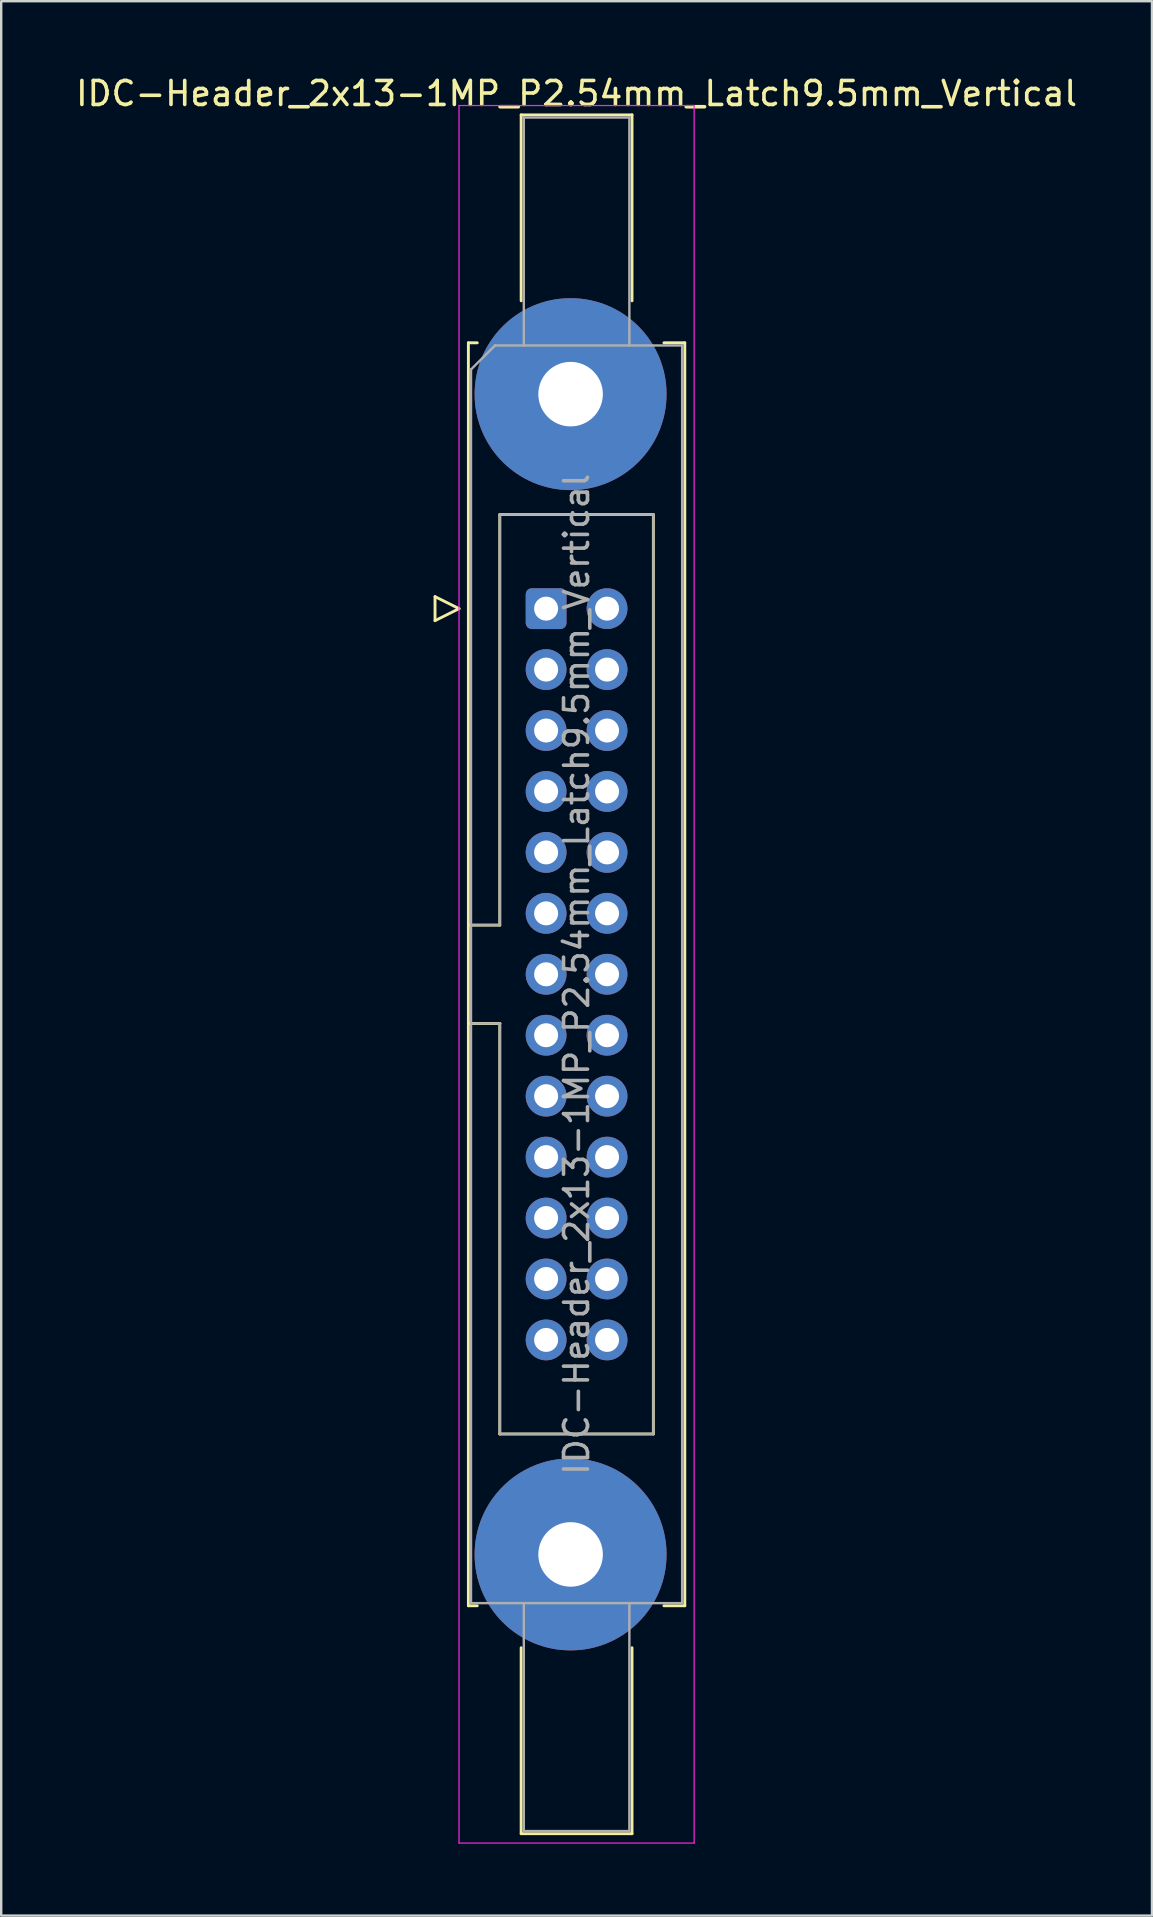
<source format=kicad_pcb>
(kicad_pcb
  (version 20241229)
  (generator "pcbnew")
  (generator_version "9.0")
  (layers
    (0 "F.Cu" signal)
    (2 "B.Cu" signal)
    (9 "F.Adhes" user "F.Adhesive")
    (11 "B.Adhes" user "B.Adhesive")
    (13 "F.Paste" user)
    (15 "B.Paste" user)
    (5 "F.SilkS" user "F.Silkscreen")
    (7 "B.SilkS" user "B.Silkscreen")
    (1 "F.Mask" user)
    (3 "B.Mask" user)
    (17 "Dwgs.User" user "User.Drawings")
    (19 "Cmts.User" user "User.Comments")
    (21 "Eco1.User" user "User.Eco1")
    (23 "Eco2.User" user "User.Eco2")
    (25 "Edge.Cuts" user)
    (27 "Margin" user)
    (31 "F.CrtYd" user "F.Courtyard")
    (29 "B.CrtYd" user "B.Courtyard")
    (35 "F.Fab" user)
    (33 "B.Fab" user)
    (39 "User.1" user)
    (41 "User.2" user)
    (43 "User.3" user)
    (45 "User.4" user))
  (footprint "IDC-Header_2x13-1MP_P2.54mm_Latch9.5mm_Vertical"
    (layer "F.Cu")
    (at 19.712 22.318)
    (property "Reference" "IDC-Header_2x13-1MP_P2.54mm_Latch9.5mm_Vertical" (at 1.27 -21.47 0) (layer "F.SilkS") (effects (font (size 1 1) (thickness 0.15))))
    (attr through_hole)
    (fp_line (start -4.63 -0.5) (end -4.63 0.5) (stroke (width 0.12) (type solid)) (layer "F.SilkS"))
    (fp_line (start -4.63 0.5) (end -3.63 0) (stroke (width 0.12) (type solid)) (layer "F.SilkS"))
    (fp_line (start -3.63 0) (end -4.63 -0.5) (stroke (width 0.12) (type solid)) (layer "F.SilkS"))
    (fp_line (start -3.24 -11.08) (end -3.24 41.56) (stroke (width 0.12) (type solid)) (layer "F.SilkS"))
    (fp_line (start -3.24 13.19) (end -1.93 13.19) (stroke (width 0.12) (type solid)) (layer "F.SilkS"))
    (fp_line (start -3.24 41.56) (end -2.87 41.56) (stroke (width 0.12) (type solid)) (layer "F.SilkS"))
    (fp_line (start -2.87 -11.08) (end -3.24 -11.08) (stroke (width 0.12) (type solid)) (layer "F.SilkS"))
    (fp_line (start -1.93 -3.92) (end 4.47 -3.92) (stroke (width 0.12) (type solid)) (layer "F.SilkS"))
    (fp_line (start -1.93 13.19) (end -1.93 -3.92) (stroke (width 0.12) (type solid)) (layer "F.SilkS"))
    (fp_line (start -1.93 17.29) (end -3.24 17.29) (stroke (width 0.12) (type solid)) (layer "F.SilkS"))
    (fp_line (start -1.93 17.29) (end -1.93 17.29) (stroke (width 0.12) (type solid)) (layer "F.SilkS"))
    (fp_line (start -1.93 34.4) (end -1.93 17.29) (stroke (width 0.12) (type solid)) (layer "F.SilkS"))
    (fp_line (start -1.04 -20.58) (end 3.58 -20.58) (stroke (width 0.12) (type solid)) (layer "F.SilkS"))
    (fp_line (start -1.04 -12.83) (end -1.04 -20.58) (stroke (width 0.12) (type solid)) (layer "F.SilkS"))
    (fp_line (start -1.04 43.31) (end -1.04 51.06) (stroke (width 0.12) (type solid)) (layer "F.SilkS"))
    (fp_line (start -1.04 51.06) (end 3.58 51.06) (stroke (width 0.12) (type solid)) (layer "F.SilkS"))
    (fp_line (start 3.58 -20.58) (end 3.58 -12.83) (stroke (width 0.12) (type solid)) (layer "F.SilkS"))
    (fp_line (start 3.58 51.06) (end 3.58 43.31) (stroke (width 0.12) (type solid)) (layer "F.SilkS"))
    (fp_line (start 4.47 -3.92) (end 4.47 34.4) (stroke (width 0.12) (type solid)) (layer "F.SilkS"))
    (fp_line (start 4.47 34.4) (end -1.93 34.4) (stroke (width 0.12) (type solid)) (layer "F.SilkS"))
    (fp_line (start 4.91 -11.08) (end 5.78 -11.08) (stroke (width 0.12) (type solid)) (layer "F.SilkS"))
    (fp_line (start 5.78 -11.08) (end 5.78 41.56) (stroke (width 0.12) (type solid)) (layer "F.SilkS"))
    (fp_line (start 5.78 41.56) (end 4.91 41.56) (stroke (width 0.12) (type solid)) (layer "F.SilkS"))
    (fp_line (start -3.63 -20.97) (end -3.63 51.45) (stroke (width 0.05) (type solid)) (layer "F.CrtYd"))
    (fp_line (start -3.63 51.45) (end 6.17 51.45) (stroke (width 0.05) (type solid)) (layer "F.CrtYd"))
    (fp_line (start 6.17 -20.97) (end -3.63 -20.97) (stroke (width 0.05) (type solid)) (layer "F.CrtYd"))
    (fp_line (start 6.17 51.45) (end 6.17 -20.97) (stroke (width 0.05) (type solid)) (layer "F.CrtYd"))
    (fp_line (start -3.13 -9.97) (end -2.13 -10.97) (stroke (width 0.1) (type solid)) (layer "F.Fab"))
    (fp_line (start -3.13 13.19) (end -1.93 13.19) (stroke (width 0.1) (type solid)) (layer "F.Fab"))
    (fp_line (start -3.13 41.45) (end -3.13 -9.97) (stroke (width 0.1) (type solid)) (layer "F.Fab"))
    (fp_line (start -2.13 -10.97) (end 5.67 -10.97) (stroke (width 0.1) (type solid)) (layer "F.Fab"))
    (fp_line (start -1.93 -3.92) (end 4.47 -3.92) (stroke (width 0.1) (type solid)) (layer "F.Fab"))
    (fp_line (start -1.93 13.19) (end -1.93 -3.92) (stroke (width 0.1) (type solid)) (layer "F.Fab"))
    (fp_line (start -1.93 17.29) (end -3.13 17.29) (stroke (width 0.1) (type solid)) (layer "F.Fab"))
    (fp_line (start -1.93 17.29) (end -1.93 17.29) (stroke (width 0.1) (type solid)) (layer "F.Fab"))
    (fp_line (start -1.93 34.4) (end -1.93 17.29) (stroke (width 0.1) (type solid)) (layer "F.Fab"))
    (fp_line (start -0.93 -20.47) (end 3.47 -20.47) (stroke (width 0.1) (type solid)) (layer "F.Fab"))
    (fp_line (start -0.93 -10.97) (end -0.93 -20.47) (stroke (width 0.1) (type solid)) (layer "F.Fab"))
    (fp_line (start -0.93 41.45) (end -0.93 50.95) (stroke (width 0.1) (type solid)) (layer "F.Fab"))
    (fp_line (start -0.93 50.95) (end 3.47 50.95) (stroke (width 0.1) (type solid)) (layer "F.Fab"))
    (fp_line (start 3.47 -20.47) (end 3.47 -10.97) (stroke (width 0.1) (type solid)) (layer "F.Fab"))
    (fp_line (start 3.47 50.95) (end 3.47 41.45) (stroke (width 0.1) (type solid)) (layer "F.Fab"))
    (fp_line (start 4.47 -3.92) (end 4.47 34.4) (stroke (width 0.1) (type solid)) (layer "F.Fab"))
    (fp_line (start 4.47 34.4) (end -1.93 34.4) (stroke (width 0.1) (type solid)) (layer "F.Fab"))
    (fp_line (start 5.67 -10.97) (end 5.67 41.45) (stroke (width 0.1) (type solid)) (layer "F.Fab"))
    (fp_line (start 5.67 41.45) (end -3.13 41.45) (stroke (width 0.1) (type solid)) (layer "F.Fab"))
    (fp_text user "${REFERENCE}" (at 1.27 15.24 90) (layer "F.Fab") (effects (font (size 1 1) (thickness 0.15))))
    (pad "1" thru_hole roundrect (at 0 0) (size 1.7 1.7) (drill 1) (layers "*.Cu" "*.Mask") (roundrect_rratio 0.147))
    (pad "2" thru_hole circle (at 2.54 0) (size 1.7 1.7) (drill 1) (layers "*.Cu" "*.Mask"))
    (pad "3" thru_hole circle (at 0 2.54) (size 1.7 1.7) (drill 1) (layers "*.Cu" "*.Mask"))
    (pad "4" thru_hole circle (at 2.54 2.54) (size 1.7 1.7) (drill 1) (layers "*.Cu" "*.Mask"))
    (pad "5" thru_hole circle (at 0 5.08) (size 1.7 1.7) (drill 1) (layers "*.Cu" "*.Mask"))
    (pad "6" thru_hole circle (at 2.54 5.08) (size 1.7 1.7) (drill 1) (layers "*.Cu" "*.Mask"))
    (pad "7" thru_hole circle (at 0 7.62) (size 1.7 1.7) (drill 1) (layers "*.Cu" "*.Mask"))
    (pad "8" thru_hole circle (at 2.54 7.62) (size 1.7 1.7) (drill 1) (layers "*.Cu" "*.Mask"))
    (pad "9" thru_hole circle (at 0 10.16) (size 1.7 1.7) (drill 1) (layers "*.Cu" "*.Mask"))
    (pad "10" thru_hole circle (at 2.54 10.16) (size 1.7 1.7) (drill 1) (layers "*.Cu" "*.Mask"))
    (pad "11" thru_hole circle (at 0 12.7) (size 1.7 1.7) (drill 1) (layers "*.Cu" "*.Mask"))
    (pad "12" thru_hole circle (at 2.54 12.7) (size 1.7 1.7) (drill 1) (layers "*.Cu" "*.Mask"))
    (pad "13" thru_hole circle (at 0 15.24) (size 1.7 1.7) (drill 1) (layers "*.Cu" "*.Mask"))
    (pad "14" thru_hole circle (at 2.54 15.24) (size 1.7 1.7) (drill 1) (layers "*.Cu" "*.Mask"))
    (pad "15" thru_hole circle (at 0 17.78) (size 1.7 1.7) (drill 1) (layers "*.Cu" "*.Mask"))
    (pad "16" thru_hole circle (at 2.54 17.78) (size 1.7 1.7) (drill 1) (layers "*.Cu" "*.Mask"))
    (pad "17" thru_hole circle (at 0 20.32) (size 1.7 1.7) (drill 1) (layers "*.Cu" "*.Mask"))
    (pad "18" thru_hole circle (at 2.54 20.32) (size 1.7 1.7) (drill 1) (layers "*.Cu" "*.Mask"))
    (pad "19" thru_hole circle (at 0 22.86) (size 1.7 1.7) (drill 1) (layers "*.Cu" "*.Mask"))
    (pad "20" thru_hole circle (at 2.54 22.86) (size 1.7 1.7) (drill 1) (layers "*.Cu" "*.Mask"))
    (pad "21" thru_hole circle (at 0 25.4) (size 1.7 1.7) (drill 1) (layers "*.Cu" "*.Mask"))
    (pad "22" thru_hole circle (at 2.54 25.4) (size 1.7 1.7) (drill 1) (layers "*.Cu" "*.Mask"))
    (pad "23" thru_hole circle (at 0 27.94) (size 1.7 1.7) (drill 1) (layers "*.Cu" "*.Mask"))
    (pad "24" thru_hole circle (at 2.54 27.94) (size 1.7 1.7) (drill 1) (layers "*.Cu" "*.Mask"))
    (pad "25" thru_hole circle (at 0 30.48) (size 1.7 1.7) (drill 1) (layers "*.Cu" "*.Mask"))
    (pad "26" thru_hole circle (at 2.54 30.48) (size 1.7 1.7) (drill 1) (layers "*.Cu" "*.Mask"))
    (pad "MP" thru_hole circle (at 1.02 -8.94) (size 8 8) (drill 2.69) (layers "*.Cu" "*.Mask"))
    (pad "MP" thru_hole circle (at 1.02 39.42) (size 8 8) (drill 2.69) (layers "*.Cu" "*.Mask")))
  (gr_rect
    (start -3 -3)
    (end 44.964 76.793)
    (stroke (width 0.1) (type default))
    (fill no)
    (layer "Edge.Cuts")))
</source>
